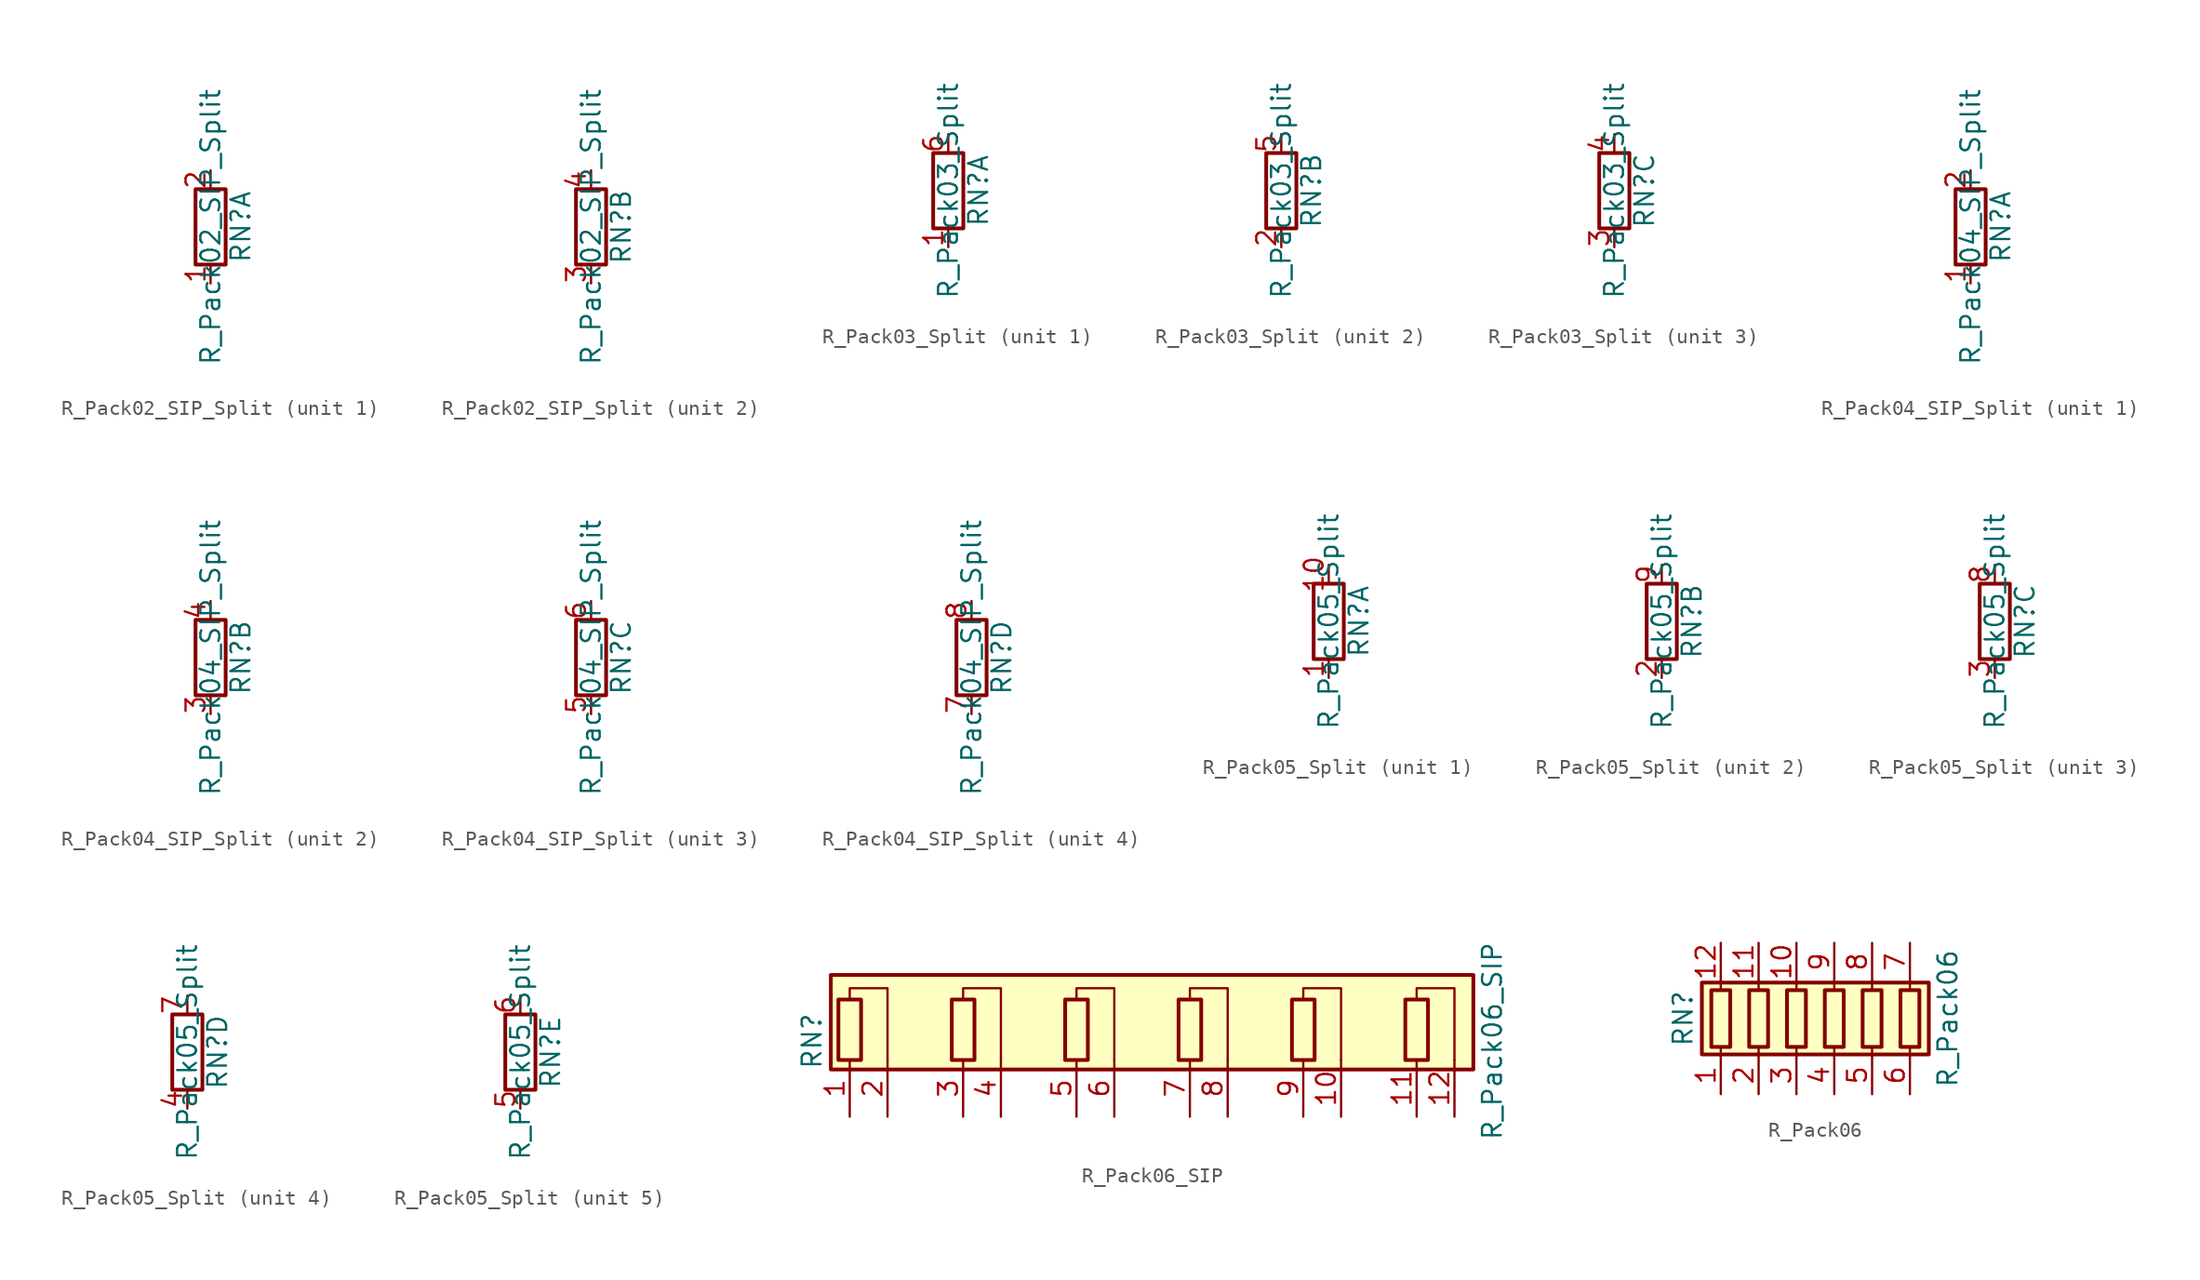
<source format=kicad_sym>
(kicad_symbol_lib
  (version 20211014)
  (generator kicad_symbol_editor)
  (symbol "R_Pack02_SIP_Split"
    (pin_names
      (offset 0) hide)
    (property "Reference" "RN"
      (at 2.032 0 90)
      (effects (font (size 1.27 1.27))))
    (property "Value" "R_Pack02_SIP_Split"
      (at 0 0 90)
      (effects (font (size 1.27 1.27))))
    (symbol "R_Pack02_SIP_Split_0_1"
      (rectangle (start 1.016 2.54) (end -1.016 -2.54) (stroke (width 0.254) (type default) (color 0 0 0 0)) (fill (type none))))
    (symbol "R_Pack02_SIP_Split_1_1"
      (pin passive line (at 0 -3.81 90) (length 1.27) (name "R1.1" (effects (font (size 1.27 1.27)))) (number "1" (effects (font (size 1.27 1.27)))))
      (pin passive line (at 0 3.81 270) (length 1.27) (name "R1.2" (effects (font (size 1.27 1.27)))) (number "2" (effects (font (size 1.27 1.27))))))
    (symbol "R_Pack02_SIP_Split_2_1"
      (pin passive line (at 0 -3.81 90) (length 1.27) (name "R2.1" (effects (font (size 1.27 1.27)))) (number "3" (effects (font (size 1.27 1.27)))))
      (pin passive line (at 0 3.81 270) (length 1.27) (name "R2.2" (effects (font (size 1.27 1.27)))) (number "4" (effects (font (size 1.27 1.27)))))))
  (symbol "R_Pack03_Split"
    (pin_names
      (offset 0) hide)
    (property "Reference" "RN"
      (at 2.032 0 90)
      (effects (font (size 1.27 1.27))))
    (property "Value" "R_Pack03_Split"
      (at 0 0 90)
      (effects (font (size 1.27 1.27))))
    (symbol "R_Pack03_Split_0_1"
      (rectangle (start 1.016 2.54) (end -1.016 -2.54) (stroke (width 0.254) (type default) (color 0 0 0 0)) (fill (type none))))
    (symbol "R_Pack03_Split_1_1"
      (pin passive line (at 0 -3.81 90) (length 1.27) (name "R1.1" (effects (font (size 1.27 1.27)))) (number "1" (effects (font (size 1.27 1.27)))))
      (pin passive line (at 0 3.81 270) (length 1.27) (name "R1.2" (effects (font (size 1.27 1.27)))) (number "6" (effects (font (size 1.27 1.27))))))
    (symbol "R_Pack03_Split_2_1"
      (pin passive line (at 0 -3.81 90) (length 1.27) (name "R2.1" (effects (font (size 1.27 1.27)))) (number "2" (effects (font (size 1.27 1.27)))))
      (pin passive line (at 0 3.81 270) (length 1.27) (name "R2.2" (effects (font (size 1.27 1.27)))) (number "5" (effects (font (size 1.27 1.27))))))
    (symbol "R_Pack03_Split_3_1"
      (pin passive line (at 0 -3.81 90) (length 1.27) (name "R3.1" (effects (font (size 1.27 1.27)))) (number "3" (effects (font (size 1.27 1.27)))))
      (pin passive line (at 0 3.81 270) (length 1.27) (name "R3.2" (effects (font (size 1.27 1.27)))) (number "4" (effects (font (size 1.27 1.27)))))))
  (symbol "R_Pack04_SIP_Split"
    (pin_names
      (offset 0) hide)
    (property "Reference" "RN"
      (at 2.032 0 90)
      (effects (font (size 1.27 1.27))))
    (property "Value" "R_Pack04_SIP_Split"
      (at 0 0 90)
      (effects (font (size 1.27 1.27))))
    (symbol "R_Pack04_SIP_Split_0_1"
      (rectangle (start 1.016 2.54) (end -1.016 -2.54) (stroke (width 0.254) (type default) (color 0 0 0 0)) (fill (type none))))
    (symbol "R_Pack04_SIP_Split_1_1"
      (pin passive line (at 0 -3.81 90) (length 1.27) (name "R1.1" (effects (font (size 1.27 1.27)))) (number "1" (effects (font (size 1.27 1.27)))))
      (pin passive line (at 0 3.81 270) (length 1.27) (name "R1.2" (effects (font (size 1.27 1.27)))) (number "2" (effects (font (size 1.27 1.27))))))
    (symbol "R_Pack04_SIP_Split_2_1"
      (pin passive line (at 0 -3.81 90) (length 1.27) (name "R2.1" (effects (font (size 1.27 1.27)))) (number "3" (effects (font (size 1.27 1.27)))))
      (pin passive line (at 0 3.81 270) (length 1.27) (name "R2.2" (effects (font (size 1.27 1.27)))) (number "4" (effects (font (size 1.27 1.27))))))
    (symbol "R_Pack04_SIP_Split_3_1"
      (pin passive line (at 0 -3.81 90) (length 1.27) (name "R3.1" (effects (font (size 1.27 1.27)))) (number "5" (effects (font (size 1.27 1.27)))))
      (pin passive line (at 0 3.81 270) (length 1.27) (name "R3.2" (effects (font (size 1.27 1.27)))) (number "6" (effects (font (size 1.27 1.27))))))
    (symbol "R_Pack04_SIP_Split_4_1"
      (pin passive line (at 0 -3.81 90) (length 1.27) (name "R4.1" (effects (font (size 1.27 1.27)))) (number "7" (effects (font (size 1.27 1.27)))))
      (pin passive line (at 0 3.81 270) (length 1.27) (name "R4.2" (effects (font (size 1.27 1.27)))) (number "8" (effects (font (size 1.27 1.27)))))))
  (symbol "R_Pack05_Split"
    (pin_names
      (offset 0) hide)
    (property "Reference" "RN"
      (at 2.032 0 90)
      (effects (font (size 1.27 1.27))))
    (property "Value" "R_Pack05_Split"
      (at 0 0 90)
      (effects (font (size 1.27 1.27))))
    (symbol "R_Pack05_Split_0_1"
      (rectangle (start 1.016 2.54) (end -1.016 -2.54) (stroke (width 0.254) (type default) (color 0 0 0 0)) (fill (type none))))
    (symbol "R_Pack05_Split_1_1"
      (pin passive line (at 0 -3.81 90) (length 1.27) (name "R1.1" (effects (font (size 1.27 1.27)))) (number "1" (effects (font (size 1.27 1.27)))))
      (pin passive line (at 0 3.81 270) (length 1.27) (name "R1.2" (effects (font (size 1.27 1.27)))) (number "10" (effects (font (size 1.27 1.27))))))
    (symbol "R_Pack05_Split_2_1"
      (pin passive line (at 0 -3.81 90) (length 1.27) (name "R2.1" (effects (font (size 1.27 1.27)))) (number "2" (effects (font (size 1.27 1.27)))))
      (pin passive line (at 0 3.81 270) (length 1.27) (name "R2.2" (effects (font (size 1.27 1.27)))) (number "9" (effects (font (size 1.27 1.27))))))
    (symbol "R_Pack05_Split_3_1"
      (pin passive line (at 0 -3.81 90) (length 1.27) (name "R3.1" (effects (font (size 1.27 1.27)))) (number "3" (effects (font (size 1.27 1.27)))))
      (pin passive line (at 0 3.81 270) (length 1.27) (name "R3.2" (effects (font (size 1.27 1.27)))) (number "8" (effects (font (size 1.27 1.27))))))
    (symbol "R_Pack05_Split_4_1"
      (pin passive line (at 0 -3.81 90) (length 1.27) (name "R4.1" (effects (font (size 1.27 1.27)))) (number "4" (effects (font (size 1.27 1.27)))))
      (pin passive line (at 0 3.81 270) (length 1.27) (name "R4.2" (effects (font (size 1.27 1.27)))) (number "7" (effects (font (size 1.27 1.27))))))
    (symbol "R_Pack05_Split_5_1"
      (pin passive line (at 0 -3.81 90) (length 1.27) (name "R5.1" (effects (font (size 1.27 1.27)))) (number "5" (effects (font (size 1.27 1.27)))))
      (pin passive line (at 0 3.81 270) (length 1.27) (name "R5.2" (effects (font (size 1.27 1.27)))) (number "6" (effects (font (size 1.27 1.27)))))))
  (symbol "R_Pack06_SIP"
    (pin_names
      (offset 0) hide)
    (property "Reference" "RN"
      (at -22.86 0 90)
      (effects (font (size 1.27 1.27))))
    (property "Value" "R_Pack06_SIP"
      (at 22.86 0 90)
      (effects (font (size 1.27 1.27))))
    (symbol "R_Pack06_SIP_0_1"
      (rectangle (start -21.59 -1.905) (end 21.59 4.445) (stroke (width 0.254) (type default) (color 0 0 0 0)) (fill (type background)))
      (rectangle (start -21.082 2.794) (end -19.558 -1.27) (stroke (width 0.254) (type default) (color 0 0 0 0)) (fill (type none)))
      (rectangle (start -13.462 2.794) (end -11.938 -1.27) (stroke (width 0.254) (type default) (color 0 0 0 0)) (fill (type none)))
      (rectangle (start -5.842 2.794) (end -4.318 -1.27) (stroke (width 0.254) (type default) (color 0 0 0 0)) (fill (type none)))
      (polyline (pts (xy -20.32 2.794) (xy -20.32 3.556) (xy -17.78 3.556) (xy -17.78 -1.27)) (stroke (width 0) (type default) (color 0 0 0 0)) (fill (type none)))
      (polyline (pts (xy -12.7 2.794) (xy -12.7 3.556) (xy -10.16 3.556) (xy -10.16 -1.27)) (stroke (width 0) (type default) (color 0 0 0 0)) (fill (type none)))
      (polyline (pts (xy -5.08 2.794) (xy -5.08 3.556) (xy -2.54 3.556) (xy -2.54 -1.27)) (stroke (width 0) (type default) (color 0 0 0 0)) (fill (type none)))
      (polyline (pts (xy 2.54 2.794) (xy 2.54 3.556) (xy 5.08 3.556) (xy 5.08 -1.27)) (stroke (width 0) (type default) (color 0 0 0 0)) (fill (type none)))
      (polyline (pts (xy 10.16 2.794) (xy 10.16 3.556) (xy 12.7 3.556) (xy 12.7 -1.27)) (stroke (width 0) (type default) (color 0 0 0 0)) (fill (type none)))
      (polyline (pts (xy 17.78 2.794) (xy 17.78 3.556) (xy 20.32 3.556) (xy 20.32 -1.27)) (stroke (width 0) (type default) (color 0 0 0 0)) (fill (type none)))
      (rectangle (start 1.778 2.794) (end 3.302 -1.27) (stroke (width 0.254) (type default) (color 0 0 0 0)) (fill (type none)))
      (rectangle (start 9.398 2.794) (end 10.922 -1.27) (stroke (width 0.254) (type default) (color 0 0 0 0)) (fill (type none)))
      (rectangle (start 17.018 2.794) (end 18.542 -1.27) (stroke (width 0.254) (type default) (color 0 0 0 0)) (fill (type none))))
    (symbol "R_Pack06_SIP_1_1"
      (pin passive line (at -20.32 -5.08 90) (length 3.81) (name "R1.1" (effects (font (size 1.27 1.27)))) (number "1" (effects (font (size 1.27 1.27)))))
      (pin passive line (at 12.7 -5.08 90) (length 3.81) (name "R5.2" (effects (font (size 1.27 1.27)))) (number "10" (effects (font (size 1.27 1.27)))))
      (pin passive line (at 17.78 -5.08 90) (length 3.81) (name "R6.1" (effects (font (size 1.27 1.27)))) (number "11" (effects (font (size 1.27 1.27)))))
      (pin passive line (at 20.32 -5.08 90) (length 3.81) (name "R6.2" (effects (font (size 1.27 1.27)))) (number "12" (effects (font (size 1.27 1.27)))))
      (pin passive line (at -17.78 -5.08 90) (length 3.81) (name "R1.2" (effects (font (size 1.27 1.27)))) (number "2" (effects (font (size 1.27 1.27)))))
      (pin passive line (at -12.7 -5.08 90) (length 3.81) (name "R2.1" (effects (font (size 1.27 1.27)))) (number "3" (effects (font (size 1.27 1.27)))))
      (pin passive line (at -10.16 -5.08 90) (length 3.81) (name "R2.2" (effects (font (size 1.27 1.27)))) (number "4" (effects (font (size 1.27 1.27)))))
      (pin passive line (at -5.08 -5.08 90) (length 3.81) (name "R3.1" (effects (font (size 1.27 1.27)))) (number "5" (effects (font (size 1.27 1.27)))))
      (pin passive line (at -2.54 -5.08 90) (length 3.81) (name "R3.2" (effects (font (size 1.27 1.27)))) (number "6" (effects (font (size 1.27 1.27)))))
      (pin passive line (at 2.54 -5.08 90) (length 3.81) (name "R4.1" (effects (font (size 1.27 1.27)))) (number "7" (effects (font (size 1.27 1.27)))))
      (pin passive line (at 5.08 -5.08 90) (length 3.81) (name "R4.2" (effects (font (size 1.27 1.27)))) (number "8" (effects (font (size 1.27 1.27)))))
      (pin passive line (at 10.16 -5.08 90) (length 3.81) (name "R5.1" (effects (font (size 1.27 1.27)))) (number "9" (effects (font (size 1.27 1.27)))))))
  (symbol "R_Pack06"
    (pin_names
      (offset 0) hide)
    (property "Reference" "RN"
      (at -10.16 0 90)
      (effects (font (size 1.27 1.27))))
    (property "Value" "R_Pack06"
      (at 7.62 0 90)
      (effects (font (size 1.27 1.27))))
    (symbol "R_Pack06_0_1"
      (rectangle (start -8.89 -2.413) (end 6.35 2.413) (stroke (width 0.254) (type default) (color 0 0 0 0)) (fill (type background)))
      (rectangle (start -8.255 1.905) (end -6.985 -1.905) (stroke (width 0.254) (type default) (color 0 0 0 0)) (fill (type none)))
      (rectangle (start -5.715 1.905) (end -4.445 -1.905) (stroke (width 0.254) (type default) (color 0 0 0 0)) (fill (type none)))
      (rectangle (start -3.175 1.905) (end -1.905 -1.905) (stroke (width 0.254) (type default) (color 0 0 0 0)) (fill (type none)))
      (rectangle (start -0.635 1.905) (end 0.635 -1.905) (stroke (width 0.254) (type default) (color 0 0 0 0)) (fill (type none)))
      (polyline (pts (xy -7.62 -2.54) (xy -7.62 -1.905)) (stroke (width 0) (type default) (color 0 0 0 0)) (fill (type none)))
      (polyline (pts (xy -7.62 1.905) (xy -7.62 2.54)) (stroke (width 0) (type default) (color 0 0 0 0)) (fill (type none)))
      (polyline (pts (xy -5.08 -2.54) (xy -5.08 -1.905)) (stroke (width 0) (type default) (color 0 0 0 0)) (fill (type none)))
      (polyline (pts (xy -5.08 1.905) (xy -5.08 2.54)) (stroke (width 0) (type default) (color 0 0 0 0)) (fill (type none)))
      (polyline (pts (xy -2.54 -2.54) (xy -2.54 -1.905)) (stroke (width 0) (type default) (color 0 0 0 0)) (fill (type none)))
      (polyline (pts (xy -2.54 1.905) (xy -2.54 2.54)) (stroke (width 0) (type default) (color 0 0 0 0)) (fill (type none)))
      (polyline (pts (xy 0 -2.54) (xy 0 -1.905)) (stroke (width 0) (type default) (color 0 0 0 0)) (fill (type none)))
      (polyline (pts (xy 0 1.905) (xy 0 2.54)) (stroke (width 0) (type default) (color 0 0 0 0)) (fill (type none)))
      (polyline (pts (xy 2.54 -2.54) (xy 2.54 -1.905)) (stroke (width 0) (type default) (color 0 0 0 0)) (fill (type none)))
      (polyline (pts (xy 2.54 1.905) (xy 2.54 2.54)) (stroke (width 0) (type default) (color 0 0 0 0)) (fill (type none)))
      (polyline (pts (xy 5.08 -2.54) (xy 5.08 -1.905)) (stroke (width 0) (type default) (color 0 0 0 0)) (fill (type none)))
      (polyline (pts (xy 5.08 1.905) (xy 5.08 2.54)) (stroke (width 0) (type default) (color 0 0 0 0)) (fill (type none)))
      (rectangle (start 1.905 1.905) (end 3.175 -1.905) (stroke (width 0.254) (type default) (color 0 0 0 0)) (fill (type none)))
      (rectangle (start 4.445 1.905) (end 5.715 -1.905) (stroke (width 0.254) (type default) (color 0 0 0 0)) (fill (type none))))
    (symbol "R_Pack06_1_1"
      (pin passive line (at -7.62 -5.08 90) (length 2.54) (name "R1.1" (effects (font (size 1.27 1.27)))) (number "1" (effects (font (size 1.27 1.27)))))
      (pin passive line (at -2.54 5.08 270) (length 2.54) (name "R3.2" (effects (font (size 1.27 1.27)))) (number "10" (effects (font (size 1.27 1.27)))))
      (pin passive line (at -5.08 5.08 270) (length 2.54) (name "R2.2" (effects (font (size 1.27 1.27)))) (number "11" (effects (font (size 1.27 1.27)))))
      (pin passive line (at -7.62 5.08 270) (length 2.54) (name "R1.2" (effects (font (size 1.27 1.27)))) (number "12" (effects (font (size 1.27 1.27)))))
      (pin passive line (at -5.08 -5.08 90) (length 2.54) (name "R2.1" (effects (font (size 1.27 1.27)))) (number "2" (effects (font (size 1.27 1.27)))))
      (pin passive line (at -2.54 -5.08 90) (length 2.54) (name "R3.1" (effects (font (size 1.27 1.27)))) (number "3" (effects (font (size 1.27 1.27)))))
      (pin passive line (at 0 -5.08 90) (length 2.54) (name "R4.1" (effects (font (size 1.27 1.27)))) (number "4" (effects (font (size 1.27 1.27)))))
      (pin passive line (at 2.54 -5.08 90) (length 2.54) (name "R5.1" (effects (font (size 1.27 1.27)))) (number "5" (effects (font (size 1.27 1.27)))))
      (pin passive line (at 5.08 -5.08 90) (length 2.54) (name "R6.1" (effects (font (size 1.27 1.27)))) (number "6" (effects (font (size 1.27 1.27)))))
      (pin passive line (at 5.08 5.08 270) (length 2.54) (name "R6.2" (effects (font (size 1.27 1.27)))) (number "7" (effects (font (size 1.27 1.27)))))
      (pin passive line (at 2.54 5.08 270) (length 2.54) (name "R5.2" (effects (font (size 1.27 1.27)))) (number "8" (effects (font (size 1.27 1.27)))))
      (pin passive line (at 0 5.08 270) (length 2.54) (name "R4.2" (effects (font (size 1.27 1.27)))) (number "9" (effects (font (size 1.27 1.27))))))))
</source>
